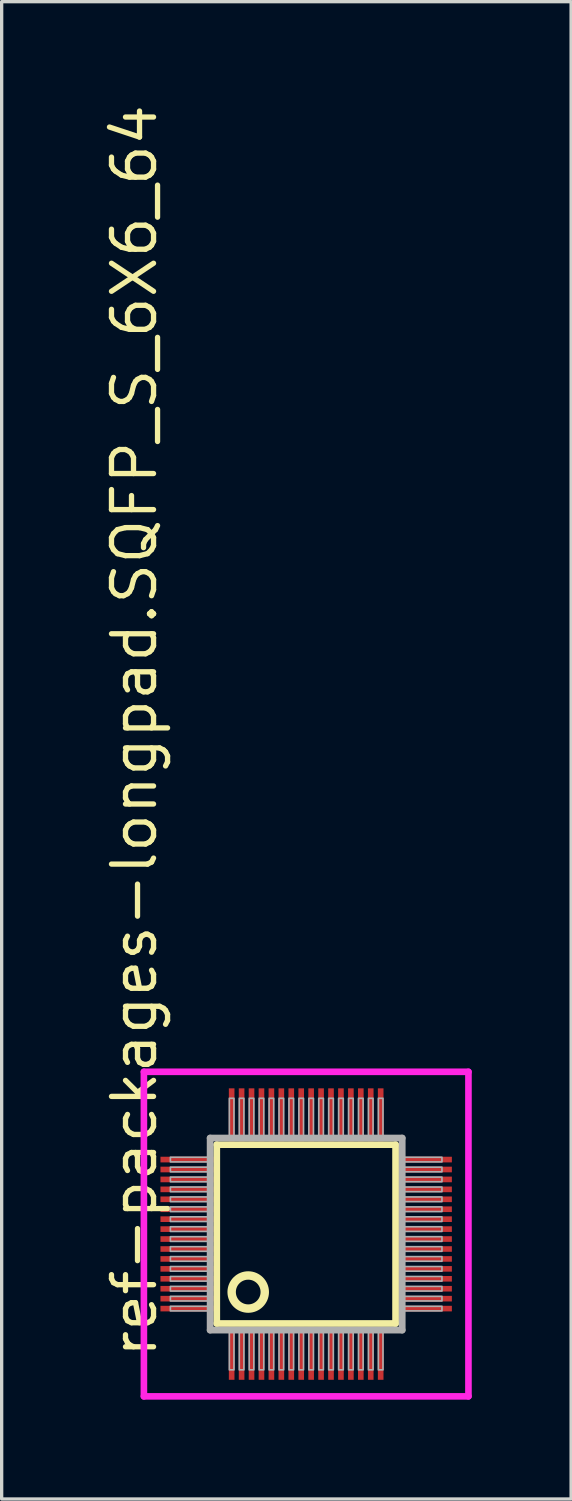
<source format=kicad_pcb>
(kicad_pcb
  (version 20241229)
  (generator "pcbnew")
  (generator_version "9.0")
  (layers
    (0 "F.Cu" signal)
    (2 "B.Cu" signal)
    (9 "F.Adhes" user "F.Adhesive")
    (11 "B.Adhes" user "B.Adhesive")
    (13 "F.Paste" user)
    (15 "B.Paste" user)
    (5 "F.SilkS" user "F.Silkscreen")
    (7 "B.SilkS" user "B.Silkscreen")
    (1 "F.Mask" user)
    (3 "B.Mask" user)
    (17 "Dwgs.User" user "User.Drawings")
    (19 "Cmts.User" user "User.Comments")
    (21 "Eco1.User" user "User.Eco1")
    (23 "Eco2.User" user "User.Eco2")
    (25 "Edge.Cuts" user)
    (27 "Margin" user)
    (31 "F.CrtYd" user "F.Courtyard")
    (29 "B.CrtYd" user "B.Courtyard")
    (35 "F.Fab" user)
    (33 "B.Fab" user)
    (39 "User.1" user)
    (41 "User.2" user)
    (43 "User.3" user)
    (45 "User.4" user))
  (footprint "ref-packages-longpad.SQFP_S_6X6_64"
    (layer "F.Cu")
    (at 6.195 34.214)
    (property "Reference" "ref-packages-longpad.SQFP_S_6X6_64" (at -4.445 3.81 90) (layer "F.SilkS") (effects (font (size 1.27 1.27) (thickness 0.16)) (justify left bottom)))
    (attr smd)
    (fp_line (start -2.7 -2.7) (end 2.7 -2.7) (stroke (width 0.203) (type default)) (layer "F.SilkS"))
    (fp_line (start -2.7 2.7) (end -2.7 -2.7) (stroke (width 0.203) (type default)) (layer "F.SilkS"))
    (fp_line (start 2.7 -2.7) (end 2.7 2.7) (stroke (width 0.203) (type default)) (layer "F.SilkS"))
    (fp_line (start 2.7 2.7) (end -2.7 2.7) (stroke (width 0.203) (type default)) (layer "F.SilkS"))
    (fp_circle (center -1.75 1.75) (end -1.25 1.75) (stroke (width 0.254) (type default)) (fill no) (layer "F.SilkS"))
    (fp_line (start -4.9 -4.9) (end 4.9 -4.9) (stroke (width 0.2) (type default)) (layer "F.CrtYd"))
    (fp_line (start -4.9 4.9) (end -4.9 -4.9) (stroke (width 0.2) (type default)) (layer "F.CrtYd"))
    (fp_line (start 4.9 -4.9) (end 4.9 4.9) (stroke (width 0.2) (type default)) (layer "F.CrtYd"))
    (fp_line (start 4.9 4.9) (end -4.9 4.9) (stroke (width 0.2) (type default)) (layer "F.CrtYd"))
    (fp_line (start -2.9 -2.9) (end -2.9 2.9) (stroke (width 0.203) (type default)) (layer "F.Fab"))
    (fp_line (start -2.9 2.9) (end 2.9 2.9) (stroke (width 0.203) (type default)) (layer "F.Fab"))
    (fp_line (start 2.9 -2.9) (end -2.9 -2.9) (stroke (width 0.203) (type default)) (layer "F.Fab"))
    (fp_line (start 2.9 2.9) (end 2.9 -2.9) (stroke (width 0.203) (type default)) (layer "F.Fab"))
    (fp_rect (start -4.1 -2.18) (end -2.95 -2.32) (stroke (width 0.05) (type default)) (fill no) (layer "F.Fab"))
    (fp_rect (start -4.1 -1.88) (end -2.95 -2.02) (stroke (width 0.05) (type default)) (fill no) (layer "F.Fab"))
    (fp_rect (start -4.1 -1.58) (end -2.95 -1.72) (stroke (width 0.05) (type default)) (fill no) (layer "F.Fab"))
    (fp_rect (start -4.1 -1.28) (end -2.95 -1.42) (stroke (width 0.05) (type default)) (fill no) (layer "F.Fab"))
    (fp_rect (start -4.1 -0.98) (end -2.95 -1.12) (stroke (width 0.05) (type default)) (fill no) (layer "F.Fab"))
    (fp_rect (start -4.1 -0.68) (end -2.95 -0.82) (stroke (width 0.05) (type default)) (fill no) (layer "F.Fab"))
    (fp_rect (start -4.1 -0.38) (end -2.95 -0.52) (stroke (width 0.05) (type default)) (fill no) (layer "F.Fab"))
    (fp_rect (start -4.1 -0.08) (end -2.95 -0.22) (stroke (width 0.05) (type default)) (fill no) (layer "F.Fab"))
    (fp_rect (start -4.1 0.22) (end -2.95 0.08) (stroke (width 0.05) (type default)) (fill no) (layer "F.Fab"))
    (fp_rect (start -4.1 0.52) (end -2.95 0.38) (stroke (width 0.05) (type default)) (fill no) (layer "F.Fab"))
    (fp_rect (start -4.1 0.82) (end -2.95 0.68) (stroke (width 0.05) (type default)) (fill no) (layer "F.Fab"))
    (fp_rect (start -4.1 1.12) (end -2.95 0.98) (stroke (width 0.05) (type default)) (fill no) (layer "F.Fab"))
    (fp_rect (start -4.1 1.42) (end -2.95 1.28) (stroke (width 0.05) (type default)) (fill no) (layer "F.Fab"))
    (fp_rect (start -4.1 1.72) (end -2.95 1.58) (stroke (width 0.05) (type default)) (fill no) (layer "F.Fab"))
    (fp_rect (start -4.1 2.02) (end -2.95 1.88) (stroke (width 0.05) (type default)) (fill no) (layer "F.Fab"))
    (fp_rect (start -4.1 2.32) (end -2.95 2.18) (stroke (width 0.05) (type default)) (fill no) (layer "F.Fab"))
    (fp_rect (start -2.32 -2.95) (end -2.18 -4.1) (stroke (width 0.05) (type default)) (fill no) (layer "F.Fab"))
    (fp_rect (start -2.32 4.1) (end -2.18 2.95) (stroke (width 0.05) (type default)) (fill no) (layer "F.Fab"))
    (fp_rect (start -2.02 -2.95) (end -1.88 -4.1) (stroke (width 0.05) (type default)) (fill no) (layer "F.Fab"))
    (fp_rect (start -2.02 4.1) (end -1.88 2.95) (stroke (width 0.05) (type default)) (fill no) (layer "F.Fab"))
    (fp_rect (start -1.72 -2.95) (end -1.58 -4.1) (stroke (width 0.05) (type default)) (fill no) (layer "F.Fab"))
    (fp_rect (start -1.72 4.1) (end -1.58 2.95) (stroke (width 0.05) (type default)) (fill no) (layer "F.Fab"))
    (fp_rect (start -1.42 -2.95) (end -1.28 -4.1) (stroke (width 0.05) (type default)) (fill no) (layer "F.Fab"))
    (fp_rect (start -1.42 4.1) (end -1.28 2.95) (stroke (width 0.05) (type default)) (fill no) (layer "F.Fab"))
    (fp_rect (start -1.12 -2.95) (end -0.98 -4.1) (stroke (width 0.05) (type default)) (fill no) (layer "F.Fab"))
    (fp_rect (start -1.12 4.1) (end -0.98 2.95) (stroke (width 0.05) (type default)) (fill no) (layer "F.Fab"))
    (fp_rect (start -0.82 -2.95) (end -0.68 -4.1) (stroke (width 0.05) (type default)) (fill no) (layer "F.Fab"))
    (fp_rect (start -0.82 4.1) (end -0.68 2.95) (stroke (width 0.05) (type default)) (fill no) (layer "F.Fab"))
    (fp_rect (start -0.52 -2.95) (end -0.38 -4.1) (stroke (width 0.05) (type default)) (fill no) (layer "F.Fab"))
    (fp_rect (start -0.52 4.1) (end -0.38 2.95) (stroke (width 0.05) (type default)) (fill no) (layer "F.Fab"))
    (fp_rect (start -0.22 -2.95) (end -0.08 -4.1) (stroke (width 0.05) (type default)) (fill no) (layer "F.Fab"))
    (fp_rect (start -0.22 4.1) (end -0.08 2.95) (stroke (width 0.05) (type default)) (fill no) (layer "F.Fab"))
    (fp_rect (start 0.08 -2.95) (end 0.22 -4.1) (stroke (width 0.05) (type default)) (fill no) (layer "F.Fab"))
    (fp_rect (start 0.08 4.1) (end 0.22 2.95) (stroke (width 0.05) (type default)) (fill no) (layer "F.Fab"))
    (fp_rect (start 0.38 -2.95) (end 0.52 -4.1) (stroke (width 0.05) (type default)) (fill no) (layer "F.Fab"))
    (fp_rect (start 0.38 4.1) (end 0.52 2.95) (stroke (width 0.05) (type default)) (fill no) (layer "F.Fab"))
    (fp_rect (start 0.68 -2.95) (end 0.82 -4.1) (stroke (width 0.05) (type default)) (fill no) (layer "F.Fab"))
    (fp_rect (start 0.68 4.1) (end 0.82 2.95) (stroke (width 0.05) (type default)) (fill no) (layer "F.Fab"))
    (fp_rect (start 0.98 -2.95) (end 1.12 -4.1) (stroke (width 0.05) (type default)) (fill no) (layer "F.Fab"))
    (fp_rect (start 0.98 4.1) (end 1.12 2.95) (stroke (width 0.05) (type default)) (fill no) (layer "F.Fab"))
    (fp_rect (start 1.28 -2.95) (end 1.42 -4.1) (stroke (width 0.05) (type default)) (fill no) (layer "F.Fab"))
    (fp_rect (start 1.28 4.1) (end 1.42 2.95) (stroke (width 0.05) (type default)) (fill no) (layer "F.Fab"))
    (fp_rect (start 1.58 -2.95) (end 1.72 -4.1) (stroke (width 0.05) (type default)) (fill no) (layer "F.Fab"))
    (fp_rect (start 1.58 4.1) (end 1.72 2.95) (stroke (width 0.05) (type default)) (fill no) (layer "F.Fab"))
    (fp_rect (start 1.88 -2.95) (end 2.02 -4.1) (stroke (width 0.05) (type default)) (fill no) (layer "F.Fab"))
    (fp_rect (start 1.88 4.1) (end 2.02 2.95) (stroke (width 0.05) (type default)) (fill no) (layer "F.Fab"))
    (fp_rect (start 2.18 -2.95) (end 2.32 -4.1) (stroke (width 0.05) (type default)) (fill no) (layer "F.Fab"))
    (fp_rect (start 2.18 4.1) (end 2.32 2.95) (stroke (width 0.05) (type default)) (fill no) (layer "F.Fab"))
    (fp_rect (start 2.95 -2.18) (end 4.1 -2.32) (stroke (width 0.05) (type default)) (fill no) (layer "F.Fab"))
    (fp_rect (start 2.95 -1.88) (end 4.1 -2.02) (stroke (width 0.05) (type default)) (fill no) (layer "F.Fab"))
    (fp_rect (start 2.95 -1.58) (end 4.1 -1.72) (stroke (width 0.05) (type default)) (fill no) (layer "F.Fab"))
    (fp_rect (start 2.95 -1.28) (end 4.1 -1.42) (stroke (width 0.05) (type default)) (fill no) (layer "F.Fab"))
    (fp_rect (start 2.95 -0.98) (end 4.1 -1.12) (stroke (width 0.05) (type default)) (fill no) (layer "F.Fab"))
    (fp_rect (start 2.95 -0.68) (end 4.1 -0.82) (stroke (width 0.05) (type default)) (fill no) (layer "F.Fab"))
    (fp_rect (start 2.95 -0.38) (end 4.1 -0.52) (stroke (width 0.05) (type default)) (fill no) (layer "F.Fab"))
    (fp_rect (start 2.95 -0.08) (end 4.1 -0.22) (stroke (width 0.05) (type default)) (fill no) (layer "F.Fab"))
    (fp_rect (start 2.95 0.22) (end 4.1 0.08) (stroke (width 0.05) (type default)) (fill no) (layer "F.Fab"))
    (fp_rect (start 2.95 0.52) (end 4.1 0.38) (stroke (width 0.05) (type default)) (fill no) (layer "F.Fab"))
    (fp_rect (start 2.95 0.82) (end 4.1 0.68) (stroke (width 0.05) (type default)) (fill no) (layer "F.Fab"))
    (fp_rect (start 2.95 1.12) (end 4.1 0.98) (stroke (width 0.05) (type default)) (fill no) (layer "F.Fab"))
    (fp_rect (start 2.95 1.42) (end 4.1 1.28) (stroke (width 0.05) (type default)) (fill no) (layer "F.Fab"))
    (fp_rect (start 2.95 1.72) (end 4.1 1.58) (stroke (width 0.05) (type default)) (fill no) (layer "F.Fab"))
    (fp_rect (start 2.95 2.02) (end 4.1 1.88) (stroke (width 0.05) (type default)) (fill no) (layer "F.Fab"))
    (fp_rect (start 2.95 2.32) (end 4.1 2.18) (stroke (width 0.05) (type default)) (fill no) (layer "F.Fab"))
    (pad "1" smd roundrect (at -2.25 3.6) (size 0.17 1.6) (layers "F.Cu" "F.Mask" "F.Paste") (roundrect_rratio 0.01))
    (pad "2" smd roundrect (at -1.95 3.6) (size 0.17 1.6) (layers "F.Cu" "F.Mask" "F.Paste") (roundrect_rratio 0.01))
    (pad "3" smd roundrect (at -1.65 3.6) (size 0.17 1.6) (layers "F.Cu" "F.Mask" "F.Paste") (roundrect_rratio 0.01))
    (pad "4" smd roundrect (at -1.35 3.6) (size 0.17 1.6) (layers "F.Cu" "F.Mask" "F.Paste") (roundrect_rratio 0.01))
    (pad "5" smd roundrect (at -1.05 3.6) (size 0.17 1.6) (layers "F.Cu" "F.Mask" "F.Paste") (roundrect_rratio 0.01))
    (pad "6" smd roundrect (at -0.75 3.6) (size 0.17 1.6) (layers "F.Cu" "F.Mask" "F.Paste") (roundrect_rratio 0.01))
    (pad "7" smd roundrect (at -0.45 3.6) (size 0.17 1.6) (layers "F.Cu" "F.Mask" "F.Paste") (roundrect_rratio 0.01))
    (pad "8" smd roundrect (at -0.15 3.6) (size 0.17 1.6) (layers "F.Cu" "F.Mask" "F.Paste") (roundrect_rratio 0.01))
    (pad "9" smd roundrect (at 0.15 3.6) (size 0.17 1.6) (layers "F.Cu" "F.Mask" "F.Paste") (roundrect_rratio 0.01))
    (pad "10" smd roundrect (at 0.45 3.6) (size 0.17 1.6) (layers "F.Cu" "F.Mask" "F.Paste") (roundrect_rratio 0.01))
    (pad "11" smd roundrect (at 0.75 3.6) (size 0.17 1.6) (layers "F.Cu" "F.Mask" "F.Paste") (roundrect_rratio 0.01))
    (pad "12" smd roundrect (at 1.05 3.6) (size 0.17 1.6) (layers "F.Cu" "F.Mask" "F.Paste") (roundrect_rratio 0.01))
    (pad "13" smd roundrect (at 1.35 3.6) (size 0.17 1.6) (layers "F.Cu" "F.Mask" "F.Paste") (roundrect_rratio 0.01))
    (pad "14" smd roundrect (at 1.65 3.6) (size 0.17 1.6) (layers "F.Cu" "F.Mask" "F.Paste") (roundrect_rratio 0.01))
    (pad "15" smd roundrect (at 1.95 3.6) (size 0.17 1.6) (layers "F.Cu" "F.Mask" "F.Paste") (roundrect_rratio 0.01))
    (pad "16" smd roundrect (at 2.25 3.6) (size 0.17 1.6) (layers "F.Cu" "F.Mask" "F.Paste") (roundrect_rratio 0.01))
    (pad "17" smd roundrect (at 3.6 2.25) (size 1.6 0.17) (layers "F.Cu" "F.Mask" "F.Paste") (roundrect_rratio 0.01))
    (pad "18" smd roundrect (at 3.6 1.95) (size 1.6 0.17) (layers "F.Cu" "F.Mask" "F.Paste") (roundrect_rratio 0.01))
    (pad "19" smd roundrect (at 3.6 1.65) (size 1.6 0.17) (layers "F.Cu" "F.Mask" "F.Paste") (roundrect_rratio 0.01))
    (pad "20" smd roundrect (at 3.6 1.35) (size 1.6 0.17) (layers "F.Cu" "F.Mask" "F.Paste") (roundrect_rratio 0.01))
    (pad "21" smd roundrect (at 3.6 1.05) (size 1.6 0.17) (layers "F.Cu" "F.Mask" "F.Paste") (roundrect_rratio 0.01))
    (pad "22" smd roundrect (at 3.6 0.75) (size 1.6 0.17) (layers "F.Cu" "F.Mask" "F.Paste") (roundrect_rratio 0.01))
    (pad "23" smd roundrect (at 3.6 0.45) (size 1.6 0.17) (layers "F.Cu" "F.Mask" "F.Paste") (roundrect_rratio 0.01))
    (pad "24" smd roundrect (at 3.6 0.15) (size 1.6 0.17) (layers "F.Cu" "F.Mask" "F.Paste") (roundrect_rratio 0.01))
    (pad "25" smd roundrect (at 3.6 -0.15) (size 1.6 0.17) (layers "F.Cu" "F.Mask" "F.Paste") (roundrect_rratio 0.01))
    (pad "26" smd roundrect (at 3.6 -0.45) (size 1.6 0.17) (layers "F.Cu" "F.Mask" "F.Paste") (roundrect_rratio 0.01))
    (pad "27" smd roundrect (at 3.6 -0.75) (size 1.6 0.17) (layers "F.Cu" "F.Mask" "F.Paste") (roundrect_rratio 0.01))
    (pad "28" smd roundrect (at 3.6 -1.05) (size 1.6 0.17) (layers "F.Cu" "F.Mask" "F.Paste") (roundrect_rratio 0.01))
    (pad "29" smd roundrect (at 3.6 -1.35) (size 1.6 0.17) (layers "F.Cu" "F.Mask" "F.Paste") (roundrect_rratio 0.01))
    (pad "30" smd roundrect (at 3.6 -1.65) (size 1.6 0.17) (layers "F.Cu" "F.Mask" "F.Paste") (roundrect_rratio 0.01))
    (pad "31" smd roundrect (at 3.6 -1.95) (size 1.6 0.17) (layers "F.Cu" "F.Mask" "F.Paste") (roundrect_rratio 0.01))
    (pad "32" smd roundrect (at 3.6 -2.25) (size 1.6 0.17) (layers "F.Cu" "F.Mask" "F.Paste") (roundrect_rratio 0.01))
    (pad "33" smd roundrect (at 2.25 -3.6) (size 0.17 1.6) (layers "F.Cu" "F.Mask" "F.Paste") (roundrect_rratio 0.01))
    (pad "34" smd roundrect (at 1.95 -3.6) (size 0.17 1.6) (layers "F.Cu" "F.Mask" "F.Paste") (roundrect_rratio 0.01))
    (pad "35" smd roundrect (at 1.65 -3.6) (size 0.17 1.6) (layers "F.Cu" "F.Mask" "F.Paste") (roundrect_rratio 0.01))
    (pad "36" smd roundrect (at 1.35 -3.6) (size 0.17 1.6) (layers "F.Cu" "F.Mask" "F.Paste") (roundrect_rratio 0.01))
    (pad "37" smd roundrect (at 1.05 -3.6) (size 0.17 1.6) (layers "F.Cu" "F.Mask" "F.Paste") (roundrect_rratio 0.01))
    (pad "38" smd roundrect (at 0.75 -3.6) (size 0.17 1.6) (layers "F.Cu" "F.Mask" "F.Paste") (roundrect_rratio 0.01))
    (pad "39" smd roundrect (at 0.45 -3.6) (size 0.17 1.6) (layers "F.Cu" "F.Mask" "F.Paste") (roundrect_rratio 0.01))
    (pad "40" smd roundrect (at 0.15 -3.6) (size 0.17 1.6) (layers "F.Cu" "F.Mask" "F.Paste") (roundrect_rratio 0.01))
    (pad "41" smd roundrect (at -0.15 -3.6) (size 0.17 1.6) (layers "F.Cu" "F.Mask" "F.Paste") (roundrect_rratio 0.01))
    (pad "42" smd roundrect (at -0.45 -3.6) (size 0.17 1.6) (layers "F.Cu" "F.Mask" "F.Paste") (roundrect_rratio 0.01))
    (pad "43" smd roundrect (at -0.75 -3.6) (size 0.17 1.6) (layers "F.Cu" "F.Mask" "F.Paste") (roundrect_rratio 0.01))
    (pad "44" smd roundrect (at -1.05 -3.6) (size 0.17 1.6) (layers "F.Cu" "F.Mask" "F.Paste") (roundrect_rratio 0.01))
    (pad "45" smd roundrect (at -1.35 -3.6) (size 0.17 1.6) (layers "F.Cu" "F.Mask" "F.Paste") (roundrect_rratio 0.01))
    (pad "46" smd roundrect (at -1.65 -3.6) (size 0.17 1.6) (layers "F.Cu" "F.Mask" "F.Paste") (roundrect_rratio 0.01))
    (pad "47" smd roundrect (at -1.95 -3.6) (size 0.17 1.6) (layers "F.Cu" "F.Mask" "F.Paste") (roundrect_rratio 0.01))
    (pad "48" smd roundrect (at -2.25 -3.6) (size 0.17 1.6) (layers "F.Cu" "F.Mask" "F.Paste") (roundrect_rratio 0.01))
    (pad "49" smd roundrect (at -3.6 -2.25) (size 1.6 0.17) (layers "F.Cu" "F.Mask" "F.Paste") (roundrect_rratio 0.01))
    (pad "50" smd roundrect (at -3.6 -1.95) (size 1.6 0.17) (layers "F.Cu" "F.Mask" "F.Paste") (roundrect_rratio 0.01))
    (pad "51" smd roundrect (at -3.6 -1.65) (size 1.6 0.17) (layers "F.Cu" "F.Mask" "F.Paste") (roundrect_rratio 0.01))
    (pad "52" smd roundrect (at -3.6 -1.35) (size 1.6 0.17) (layers "F.Cu" "F.Mask" "F.Paste") (roundrect_rratio 0.01))
    (pad "53" smd roundrect (at -3.6 -1.05) (size 1.6 0.17) (layers "F.Cu" "F.Mask" "F.Paste") (roundrect_rratio 0.01))
    (pad "54" smd roundrect (at -3.6 -0.75) (size 1.6 0.17) (layers "F.Cu" "F.Mask" "F.Paste") (roundrect_rratio 0.01))
    (pad "55" smd roundrect (at -3.6 -0.45) (size 1.6 0.17) (layers "F.Cu" "F.Mask" "F.Paste") (roundrect_rratio 0.01))
    (pad "56" smd roundrect (at -3.6 -0.15) (size 1.6 0.17) (layers "F.Cu" "F.Mask" "F.Paste") (roundrect_rratio 0.01))
    (pad "57" smd roundrect (at -3.6 0.15) (size 1.6 0.17) (layers "F.Cu" "F.Mask" "F.Paste") (roundrect_rratio 0.01))
    (pad "58" smd roundrect (at -3.6 0.45) (size 1.6 0.17) (layers "F.Cu" "F.Mask" "F.Paste") (roundrect_rratio 0.01))
    (pad "59" smd roundrect (at -3.6 0.75) (size 1.6 0.17) (layers "F.Cu" "F.Mask" "F.Paste") (roundrect_rratio 0.01))
    (pad "60" smd roundrect (at -3.6 1.05) (size 1.6 0.17) (layers "F.Cu" "F.Mask" "F.Paste") (roundrect_rratio 0.01))
    (pad "61" smd roundrect (at -3.6 1.35) (size 1.6 0.17) (layers "F.Cu" "F.Mask" "F.Paste") (roundrect_rratio 0.01))
    (pad "62" smd roundrect (at -3.6 1.65) (size 1.6 0.17) (layers "F.Cu" "F.Mask" "F.Paste") (roundrect_rratio 0.01))
    (pad "63" smd roundrect (at -3.6 1.95) (size 1.6 0.17) (layers "F.Cu" "F.Mask" "F.Paste") (roundrect_rratio 0.01))
    (pad "64" smd roundrect (at -3.6 2.25) (size 1.6 0.17) (layers "F.Cu" "F.Mask" "F.Paste") (roundrect_rratio 0.01)))
  (gr_rect
    (start -3 -3)
    (end 14.195 42.214)
    (stroke (width 0.1) (type default))
    (fill no)
    (layer "Edge.Cuts")))
</source>
